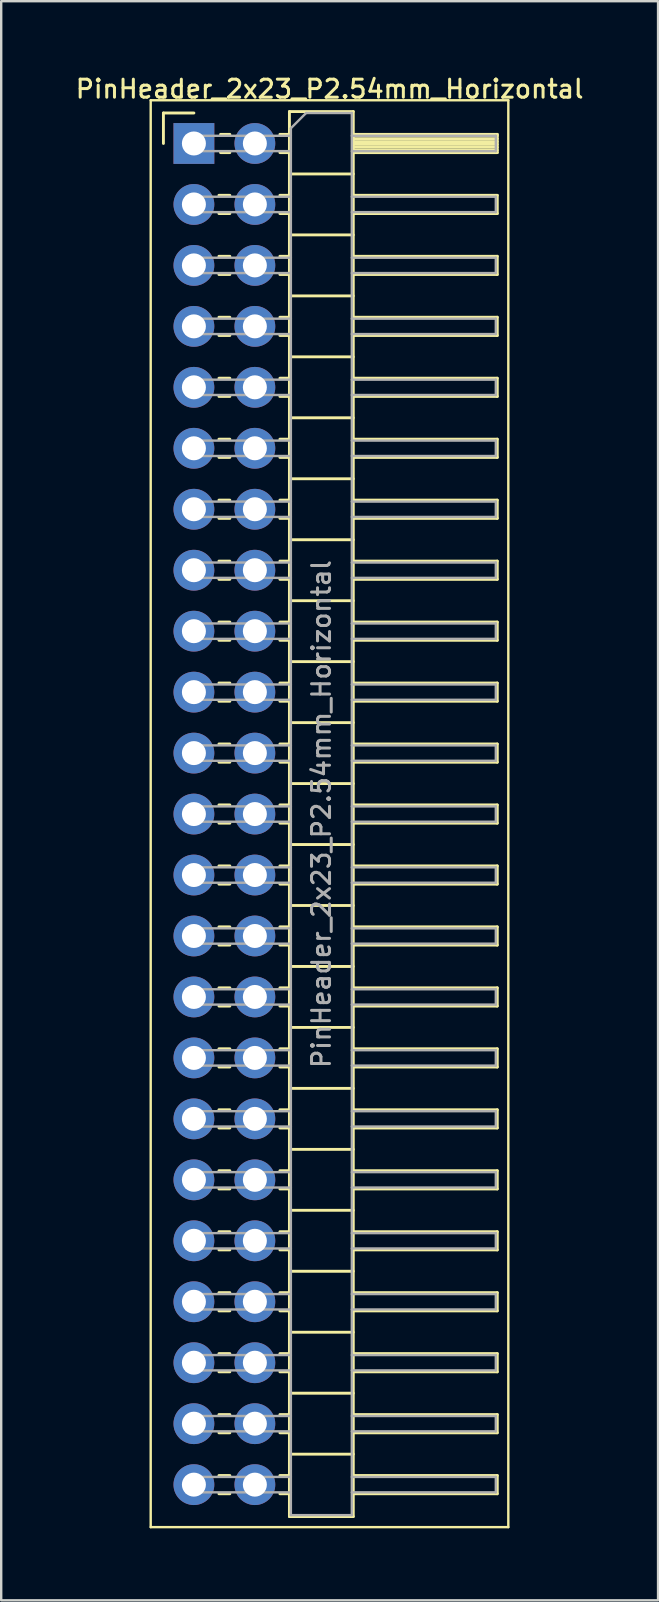
<source format=kicad_pcb>
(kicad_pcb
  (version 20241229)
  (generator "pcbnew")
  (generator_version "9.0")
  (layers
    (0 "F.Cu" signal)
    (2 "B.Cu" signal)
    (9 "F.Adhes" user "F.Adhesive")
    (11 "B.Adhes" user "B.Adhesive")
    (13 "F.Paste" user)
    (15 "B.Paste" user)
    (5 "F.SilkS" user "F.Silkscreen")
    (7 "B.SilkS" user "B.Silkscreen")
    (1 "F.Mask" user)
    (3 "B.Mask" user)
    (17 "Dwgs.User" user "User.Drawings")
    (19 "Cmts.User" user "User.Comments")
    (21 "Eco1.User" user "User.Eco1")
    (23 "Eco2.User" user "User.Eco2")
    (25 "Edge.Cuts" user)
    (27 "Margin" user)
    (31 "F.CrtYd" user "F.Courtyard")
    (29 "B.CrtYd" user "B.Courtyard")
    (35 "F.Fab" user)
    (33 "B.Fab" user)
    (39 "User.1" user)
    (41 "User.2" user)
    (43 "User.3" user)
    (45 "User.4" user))
  (footprint "PinHeader_2x23_P2.54mm_Horizontal"
    (layer "F.Cu")
    (at 5.029 2.928)
    (property "Reference" "PinHeader_2x23_P2.54mm_Horizontal" (at 5.655 -2.27 0) (layer "F.SilkS") (effects (font (size 0.75 0.75) (thickness 0.125))))
    (attr through_hole)
    (fp_line (start -1.8 -1.8) (end -1.8 57.65) (stroke (width 0.1) (type solid)) (layer "F.SilkS"))
    (fp_line (start -1.8 57.65) (end 13.1 57.65) (stroke (width 0.1) (type solid)) (layer "F.SilkS"))
    (fp_line (start -1.27 -1.27) (end 0 -1.27) (stroke (width 0.12) (type solid)) (layer "F.SilkS"))
    (fp_line (start -1.27 0) (end -1.27 -1.27) (stroke (width 0.12) (type solid)) (layer "F.SilkS"))
    (fp_line (start 1.043 2.16) (end 1.497 2.16) (stroke (width 0.12) (type solid)) (layer "F.SilkS"))
    (fp_line (start 1.043 2.92) (end 1.497 2.92) (stroke (width 0.12) (type solid)) (layer "F.SilkS"))
    (fp_line (start 1.043 4.7) (end 1.497 4.7) (stroke (width 0.12) (type solid)) (layer "F.SilkS"))
    (fp_line (start 1.043 5.46) (end 1.497 5.46) (stroke (width 0.12) (type solid)) (layer "F.SilkS"))
    (fp_line (start 1.043 7.24) (end 1.497 7.24) (stroke (width 0.12) (type solid)) (layer "F.SilkS"))
    (fp_line (start 1.043 8) (end 1.497 8) (stroke (width 0.12) (type solid)) (layer "F.SilkS"))
    (fp_line (start 1.043 9.78) (end 1.497 9.78) (stroke (width 0.12) (type solid)) (layer "F.SilkS"))
    (fp_line (start 1.043 10.54) (end 1.497 10.54) (stroke (width 0.12) (type solid)) (layer "F.SilkS"))
    (fp_line (start 1.043 12.32) (end 1.497 12.32) (stroke (width 0.12) (type solid)) (layer "F.SilkS"))
    (fp_line (start 1.043 13.08) (end 1.497 13.08) (stroke (width 0.12) (type solid)) (layer "F.SilkS"))
    (fp_line (start 1.043 14.86) (end 1.497 14.86) (stroke (width 0.12) (type solid)) (layer "F.SilkS"))
    (fp_line (start 1.043 15.62) (end 1.497 15.62) (stroke (width 0.12) (type solid)) (layer "F.SilkS"))
    (fp_line (start 1.043 17.4) (end 1.497 17.4) (stroke (width 0.12) (type solid)) (layer "F.SilkS"))
    (fp_line (start 1.043 18.16) (end 1.497 18.16) (stroke (width 0.12) (type solid)) (layer "F.SilkS"))
    (fp_line (start 1.043 19.94) (end 1.497 19.94) (stroke (width 0.12) (type solid)) (layer "F.SilkS"))
    (fp_line (start 1.043 20.7) (end 1.497 20.7) (stroke (width 0.12) (type solid)) (layer "F.SilkS"))
    (fp_line (start 1.043 22.48) (end 1.497 22.48) (stroke (width 0.12) (type solid)) (layer "F.SilkS"))
    (fp_line (start 1.043 23.24) (end 1.497 23.24) (stroke (width 0.12) (type solid)) (layer "F.SilkS"))
    (fp_line (start 1.043 25.02) (end 1.497 25.02) (stroke (width 0.12) (type solid)) (layer "F.SilkS"))
    (fp_line (start 1.043 25.78) (end 1.497 25.78) (stroke (width 0.12) (type solid)) (layer "F.SilkS"))
    (fp_line (start 1.043 27.56) (end 1.497 27.56) (stroke (width 0.12) (type solid)) (layer "F.SilkS"))
    (fp_line (start 1.043 28.32) (end 1.497 28.32) (stroke (width 0.12) (type solid)) (layer "F.SilkS"))
    (fp_line (start 1.043 30.1) (end 1.497 30.1) (stroke (width 0.12) (type solid)) (layer "F.SilkS"))
    (fp_line (start 1.043 30.86) (end 1.497 30.86) (stroke (width 0.12) (type solid)) (layer "F.SilkS"))
    (fp_line (start 1.043 32.64) (end 1.497 32.64) (stroke (width 0.12) (type solid)) (layer "F.SilkS"))
    (fp_line (start 1.043 33.4) (end 1.497 33.4) (stroke (width 0.12) (type solid)) (layer "F.SilkS"))
    (fp_line (start 1.043 35.18) (end 1.497 35.18) (stroke (width 0.12) (type solid)) (layer "F.SilkS"))
    (fp_line (start 1.043 35.94) (end 1.497 35.94) (stroke (width 0.12) (type solid)) (layer "F.SilkS"))
    (fp_line (start 1.043 37.72) (end 1.497 37.72) (stroke (width 0.12) (type solid)) (layer "F.SilkS"))
    (fp_line (start 1.043 38.48) (end 1.497 38.48) (stroke (width 0.12) (type solid)) (layer "F.SilkS"))
    (fp_line (start 1.043 40.26) (end 1.497 40.26) (stroke (width 0.12) (type solid)) (layer "F.SilkS"))
    (fp_line (start 1.043 41.02) (end 1.497 41.02) (stroke (width 0.12) (type solid)) (layer "F.SilkS"))
    (fp_line (start 1.043 42.8) (end 1.497 42.8) (stroke (width 0.12) (type solid)) (layer "F.SilkS"))
    (fp_line (start 1.043 43.56) (end 1.497 43.56) (stroke (width 0.12) (type solid)) (layer "F.SilkS"))
    (fp_line (start 1.043 45.34) (end 1.497 45.34) (stroke (width 0.12) (type solid)) (layer "F.SilkS"))
    (fp_line (start 1.043 46.1) (end 1.497 46.1) (stroke (width 0.12) (type solid)) (layer "F.SilkS"))
    (fp_line (start 1.043 47.88) (end 1.497 47.88) (stroke (width 0.12) (type solid)) (layer "F.SilkS"))
    (fp_line (start 1.043 48.64) (end 1.497 48.64) (stroke (width 0.12) (type solid)) (layer "F.SilkS"))
    (fp_line (start 1.043 50.42) (end 1.497 50.42) (stroke (width 0.12) (type solid)) (layer "F.SilkS"))
    (fp_line (start 1.043 51.18) (end 1.497 51.18) (stroke (width 0.12) (type solid)) (layer "F.SilkS"))
    (fp_line (start 1.043 52.96) (end 1.497 52.96) (stroke (width 0.12) (type solid)) (layer "F.SilkS"))
    (fp_line (start 1.043 53.72) (end 1.497 53.72) (stroke (width 0.12) (type solid)) (layer "F.SilkS"))
    (fp_line (start 1.043 55.5) (end 1.497 55.5) (stroke (width 0.12) (type solid)) (layer "F.SilkS"))
    (fp_line (start 1.043 56.26) (end 1.497 56.26) (stroke (width 0.12) (type solid)) (layer "F.SilkS"))
    (fp_line (start 1.11 -0.38) (end 1.497 -0.38) (stroke (width 0.12) (type solid)) (layer "F.SilkS"))
    (fp_line (start 1.11 0.38) (end 1.497 0.38) (stroke (width 0.12) (type solid)) (layer "F.SilkS"))
    (fp_line (start 3.583 -0.38) (end 3.98 -0.38) (stroke (width 0.12) (type solid)) (layer "F.SilkS"))
    (fp_line (start 3.583 0.38) (end 3.98 0.38) (stroke (width 0.12) (type solid)) (layer "F.SilkS"))
    (fp_line (start 3.583 2.16) (end 3.98 2.16) (stroke (width 0.12) (type solid)) (layer "F.SilkS"))
    (fp_line (start 3.583 2.92) (end 3.98 2.92) (stroke (width 0.12) (type solid)) (layer "F.SilkS"))
    (fp_line (start 3.583 4.7) (end 3.98 4.7) (stroke (width 0.12) (type solid)) (layer "F.SilkS"))
    (fp_line (start 3.583 5.46) (end 3.98 5.46) (stroke (width 0.12) (type solid)) (layer "F.SilkS"))
    (fp_line (start 3.583 7.24) (end 3.98 7.24) (stroke (width 0.12) (type solid)) (layer "F.SilkS"))
    (fp_line (start 3.583 8) (end 3.98 8) (stroke (width 0.12) (type solid)) (layer "F.SilkS"))
    (fp_line (start 3.583 9.78) (end 3.98 9.78) (stroke (width 0.12) (type solid)) (layer "F.SilkS"))
    (fp_line (start 3.583 10.54) (end 3.98 10.54) (stroke (width 0.12) (type solid)) (layer "F.SilkS"))
    (fp_line (start 3.583 12.32) (end 3.98 12.32) (stroke (width 0.12) (type solid)) (layer "F.SilkS"))
    (fp_line (start 3.583 13.08) (end 3.98 13.08) (stroke (width 0.12) (type solid)) (layer "F.SilkS"))
    (fp_line (start 3.583 14.86) (end 3.98 14.86) (stroke (width 0.12) (type solid)) (layer "F.SilkS"))
    (fp_line (start 3.583 15.62) (end 3.98 15.62) (stroke (width 0.12) (type solid)) (layer "F.SilkS"))
    (fp_line (start 3.583 17.4) (end 3.98 17.4) (stroke (width 0.12) (type solid)) (layer "F.SilkS"))
    (fp_line (start 3.583 18.16) (end 3.98 18.16) (stroke (width 0.12) (type solid)) (layer "F.SilkS"))
    (fp_line (start 3.583 19.94) (end 3.98 19.94) (stroke (width 0.12) (type solid)) (layer "F.SilkS"))
    (fp_line (start 3.583 20.7) (end 3.98 20.7) (stroke (width 0.12) (type solid)) (layer "F.SilkS"))
    (fp_line (start 3.583 22.48) (end 3.98 22.48) (stroke (width 0.12) (type solid)) (layer "F.SilkS"))
    (fp_line (start 3.583 23.24) (end 3.98 23.24) (stroke (width 0.12) (type solid)) (layer "F.SilkS"))
    (fp_line (start 3.583 25.02) (end 3.98 25.02) (stroke (width 0.12) (type solid)) (layer "F.SilkS"))
    (fp_line (start 3.583 25.78) (end 3.98 25.78) (stroke (width 0.12) (type solid)) (layer "F.SilkS"))
    (fp_line (start 3.583 27.56) (end 3.98 27.56) (stroke (width 0.12) (type solid)) (layer "F.SilkS"))
    (fp_line (start 3.583 28.32) (end 3.98 28.32) (stroke (width 0.12) (type solid)) (layer "F.SilkS"))
    (fp_line (start 3.583 30.1) (end 3.98 30.1) (stroke (width 0.12) (type solid)) (layer "F.SilkS"))
    (fp_line (start 3.583 30.86) (end 3.98 30.86) (stroke (width 0.12) (type solid)) (layer "F.SilkS"))
    (fp_line (start 3.583 32.64) (end 3.98 32.64) (stroke (width 0.12) (type solid)) (layer "F.SilkS"))
    (fp_line (start 3.583 33.4) (end 3.98 33.4) (stroke (width 0.12) (type solid)) (layer "F.SilkS"))
    (fp_line (start 3.583 35.18) (end 3.98 35.18) (stroke (width 0.12) (type solid)) (layer "F.SilkS"))
    (fp_line (start 3.583 35.94) (end 3.98 35.94) (stroke (width 0.12) (type solid)) (layer "F.SilkS"))
    (fp_line (start 3.583 37.72) (end 3.98 37.72) (stroke (width 0.12) (type solid)) (layer "F.SilkS"))
    (fp_line (start 3.583 38.48) (end 3.98 38.48) (stroke (width 0.12) (type solid)) (layer "F.SilkS"))
    (fp_line (start 3.583 40.26) (end 3.98 40.26) (stroke (width 0.12) (type solid)) (layer "F.SilkS"))
    (fp_line (start 3.583 41.02) (end 3.98 41.02) (stroke (width 0.12) (type solid)) (layer "F.SilkS"))
    (fp_line (start 3.583 42.8) (end 3.98 42.8) (stroke (width 0.12) (type solid)) (layer "F.SilkS"))
    (fp_line (start 3.583 43.56) (end 3.98 43.56) (stroke (width 0.12) (type solid)) (layer "F.SilkS"))
    (fp_line (start 3.583 45.34) (end 3.98 45.34) (stroke (width 0.12) (type solid)) (layer "F.SilkS"))
    (fp_line (start 3.583 46.1) (end 3.98 46.1) (stroke (width 0.12) (type solid)) (layer "F.SilkS"))
    (fp_line (start 3.583 47.88) (end 3.98 47.88) (stroke (width 0.12) (type solid)) (layer "F.SilkS"))
    (fp_line (start 3.583 48.64) (end 3.98 48.64) (stroke (width 0.12) (type solid)) (layer "F.SilkS"))
    (fp_line (start 3.583 50.42) (end 3.98 50.42) (stroke (width 0.12) (type solid)) (layer "F.SilkS"))
    (fp_line (start 3.583 51.18) (end 3.98 51.18) (stroke (width 0.12) (type solid)) (layer "F.SilkS"))
    (fp_line (start 3.583 52.96) (end 3.98 52.96) (stroke (width 0.12) (type solid)) (layer "F.SilkS"))
    (fp_line (start 3.583 53.72) (end 3.98 53.72) (stroke (width 0.12) (type solid)) (layer "F.SilkS"))
    (fp_line (start 3.583 55.5) (end 3.98 55.5) (stroke (width 0.12) (type solid)) (layer "F.SilkS"))
    (fp_line (start 3.583 56.26) (end 3.98 56.26) (stroke (width 0.12) (type solid)) (layer "F.SilkS"))
    (fp_line (start 3.98 -1.33) (end 3.98 57.21) (stroke (width 0.12) (type solid)) (layer "F.SilkS"))
    (fp_line (start 3.98 1.27) (end 6.64 1.27) (stroke (width 0.12) (type solid)) (layer "F.SilkS"))
    (fp_line (start 3.98 3.81) (end 6.64 3.81) (stroke (width 0.12) (type solid)) (layer "F.SilkS"))
    (fp_line (start 3.98 6.35) (end 6.64 6.35) (stroke (width 0.12) (type solid)) (layer "F.SilkS"))
    (fp_line (start 3.98 8.89) (end 6.64 8.89) (stroke (width 0.12) (type solid)) (layer "F.SilkS"))
    (fp_line (start 3.98 11.43) (end 6.64 11.43) (stroke (width 0.12) (type solid)) (layer "F.SilkS"))
    (fp_line (start 3.98 13.97) (end 6.64 13.97) (stroke (width 0.12) (type solid)) (layer "F.SilkS"))
    (fp_line (start 3.98 16.51) (end 6.64 16.51) (stroke (width 0.12) (type solid)) (layer "F.SilkS"))
    (fp_line (start 3.98 19.05) (end 6.64 19.05) (stroke (width 0.12) (type solid)) (layer "F.SilkS"))
    (fp_line (start 3.98 21.59) (end 6.64 21.59) (stroke (width 0.12) (type solid)) (layer "F.SilkS"))
    (fp_line (start 3.98 24.13) (end 6.64 24.13) (stroke (width 0.12) (type solid)) (layer "F.SilkS"))
    (fp_line (start 3.98 26.67) (end 6.64 26.67) (stroke (width 0.12) (type solid)) (layer "F.SilkS"))
    (fp_line (start 3.98 29.21) (end 6.64 29.21) (stroke (width 0.12) (type solid)) (layer "F.SilkS"))
    (fp_line (start 3.98 31.75) (end 6.64 31.75) (stroke (width 0.12) (type solid)) (layer "F.SilkS"))
    (fp_line (start 3.98 34.29) (end 6.64 34.29) (stroke (width 0.12) (type solid)) (layer "F.SilkS"))
    (fp_line (start 3.98 36.83) (end 6.64 36.83) (stroke (width 0.12) (type solid)) (layer "F.SilkS"))
    (fp_line (start 3.98 39.37) (end 6.64 39.37) (stroke (width 0.12) (type solid)) (layer "F.SilkS"))
    (fp_line (start 3.98 41.91) (end 6.64 41.91) (stroke (width 0.12) (type solid)) (layer "F.SilkS"))
    (fp_line (start 3.98 44.45) (end 6.64 44.45) (stroke (width 0.12) (type solid)) (layer "F.SilkS"))
    (fp_line (start 3.98 46.99) (end 6.64 46.99) (stroke (width 0.12) (type solid)) (layer "F.SilkS"))
    (fp_line (start 3.98 49.53) (end 6.64 49.53) (stroke (width 0.12) (type solid)) (layer "F.SilkS"))
    (fp_line (start 3.98 52.07) (end 6.64 52.07) (stroke (width 0.12) (type solid)) (layer "F.SilkS"))
    (fp_line (start 3.98 54.61) (end 6.64 54.61) (stroke (width 0.12) (type solid)) (layer "F.SilkS"))
    (fp_line (start 3.98 57.21) (end 6.64 57.21) (stroke (width 0.12) (type solid)) (layer "F.SilkS"))
    (fp_line (start 6.64 -1.33) (end 3.98 -1.33) (stroke (width 0.12) (type solid)) (layer "F.SilkS"))
    (fp_line (start 6.64 -0.38) (end 12.64 -0.38) (stroke (width 0.12) (type solid)) (layer "F.SilkS"))
    (fp_line (start 6.64 -0.32) (end 12.64 -0.32) (stroke (width 0.12) (type solid)) (layer "F.SilkS"))
    (fp_line (start 6.64 -0.2) (end 12.64 -0.2) (stroke (width 0.12) (type solid)) (layer "F.SilkS"))
    (fp_line (start 6.64 -0.08) (end 12.64 -0.08) (stroke (width 0.12) (type solid)) (layer "F.SilkS"))
    (fp_line (start 6.64 0.04) (end 12.64 0.04) (stroke (width 0.12) (type solid)) (layer "F.SilkS"))
    (fp_line (start 6.64 0.16) (end 12.64 0.16) (stroke (width 0.12) (type solid)) (layer "F.SilkS"))
    (fp_line (start 6.64 0.28) (end 12.64 0.28) (stroke (width 0.12) (type solid)) (layer "F.SilkS"))
    (fp_line (start 6.64 2.16) (end 12.64 2.16) (stroke (width 0.12) (type solid)) (layer "F.SilkS"))
    (fp_line (start 6.64 4.7) (end 12.64 4.7) (stroke (width 0.12) (type solid)) (layer "F.SilkS"))
    (fp_line (start 6.64 7.24) (end 12.64 7.24) (stroke (width 0.12) (type solid)) (layer "F.SilkS"))
    (fp_line (start 6.64 9.78) (end 12.64 9.78) (stroke (width 0.12) (type solid)) (layer "F.SilkS"))
    (fp_line (start 6.64 12.32) (end 12.64 12.32) (stroke (width 0.12) (type solid)) (layer "F.SilkS"))
    (fp_line (start 6.64 14.86) (end 12.64 14.86) (stroke (width 0.12) (type solid)) (layer "F.SilkS"))
    (fp_line (start 6.64 17.4) (end 12.64 17.4) (stroke (width 0.12) (type solid)) (layer "F.SilkS"))
    (fp_line (start 6.64 19.94) (end 12.64 19.94) (stroke (width 0.12) (type solid)) (layer "F.SilkS"))
    (fp_line (start 6.64 22.48) (end 12.64 22.48) (stroke (width 0.12) (type solid)) (layer "F.SilkS"))
    (fp_line (start 6.64 25.02) (end 12.64 25.02) (stroke (width 0.12) (type solid)) (layer "F.SilkS"))
    (fp_line (start 6.64 27.56) (end 12.64 27.56) (stroke (width 0.12) (type solid)) (layer "F.SilkS"))
    (fp_line (start 6.64 30.1) (end 12.64 30.1) (stroke (width 0.12) (type solid)) (layer "F.SilkS"))
    (fp_line (start 6.64 32.64) (end 12.64 32.64) (stroke (width 0.12) (type solid)) (layer "F.SilkS"))
    (fp_line (start 6.64 35.18) (end 12.64 35.18) (stroke (width 0.12) (type solid)) (layer "F.SilkS"))
    (fp_line (start 6.64 37.72) (end 12.64 37.72) (stroke (width 0.12) (type solid)) (layer "F.SilkS"))
    (fp_line (start 6.64 40.26) (end 12.64 40.26) (stroke (width 0.12) (type solid)) (layer "F.SilkS"))
    (fp_line (start 6.64 42.8) (end 12.64 42.8) (stroke (width 0.12) (type solid)) (layer "F.SilkS"))
    (fp_line (start 6.64 45.34) (end 12.64 45.34) (stroke (width 0.12) (type solid)) (layer "F.SilkS"))
    (fp_line (start 6.64 47.88) (end 12.64 47.88) (stroke (width 0.12) (type solid)) (layer "F.SilkS"))
    (fp_line (start 6.64 50.42) (end 12.64 50.42) (stroke (width 0.12) (type solid)) (layer "F.SilkS"))
    (fp_line (start 6.64 52.96) (end 12.64 52.96) (stroke (width 0.12) (type solid)) (layer "F.SilkS"))
    (fp_line (start 6.64 55.5) (end 12.64 55.5) (stroke (width 0.12) (type solid)) (layer "F.SilkS"))
    (fp_line (start 6.64 57.21) (end 6.64 -1.33) (stroke (width 0.12) (type solid)) (layer "F.SilkS"))
    (fp_line (start 12.64 -0.38) (end 12.64 0.38) (stroke (width 0.12) (type solid)) (layer "F.SilkS"))
    (fp_line (start 12.64 0.38) (end 6.64 0.38) (stroke (width 0.12) (type solid)) (layer "F.SilkS"))
    (fp_line (start 12.64 2.16) (end 12.64 2.92) (stroke (width 0.12) (type solid)) (layer "F.SilkS"))
    (fp_line (start 12.64 2.92) (end 6.64 2.92) (stroke (width 0.12) (type solid)) (layer "F.SilkS"))
    (fp_line (start 12.64 4.7) (end 12.64 5.46) (stroke (width 0.12) (type solid)) (layer "F.SilkS"))
    (fp_line (start 12.64 5.46) (end 6.64 5.46) (stroke (width 0.12) (type solid)) (layer "F.SilkS"))
    (fp_line (start 12.64 7.24) (end 12.64 8) (stroke (width 0.12) (type solid)) (layer "F.SilkS"))
    (fp_line (start 12.64 8) (end 6.64 8) (stroke (width 0.12) (type solid)) (layer "F.SilkS"))
    (fp_line (start 12.64 9.78) (end 12.64 10.54) (stroke (width 0.12) (type solid)) (layer "F.SilkS"))
    (fp_line (start 12.64 10.54) (end 6.64 10.54) (stroke (width 0.12) (type solid)) (layer "F.SilkS"))
    (fp_line (start 12.64 12.32) (end 12.64 13.08) (stroke (width 0.12) (type solid)) (layer "F.SilkS"))
    (fp_line (start 12.64 13.08) (end 6.64 13.08) (stroke (width 0.12) (type solid)) (layer "F.SilkS"))
    (fp_line (start 12.64 14.86) (end 12.64 15.62) (stroke (width 0.12) (type solid)) (layer "F.SilkS"))
    (fp_line (start 12.64 15.62) (end 6.64 15.62) (stroke (width 0.12) (type solid)) (layer "F.SilkS"))
    (fp_line (start 12.64 17.4) (end 12.64 18.16) (stroke (width 0.12) (type solid)) (layer "F.SilkS"))
    (fp_line (start 12.64 18.16) (end 6.64 18.16) (stroke (width 0.12) (type solid)) (layer "F.SilkS"))
    (fp_line (start 12.64 19.94) (end 12.64 20.7) (stroke (width 0.12) (type solid)) (layer "F.SilkS"))
    (fp_line (start 12.64 20.7) (end 6.64 20.7) (stroke (width 0.12) (type solid)) (layer "F.SilkS"))
    (fp_line (start 12.64 22.48) (end 12.64 23.24) (stroke (width 0.12) (type solid)) (layer "F.SilkS"))
    (fp_line (start 12.64 23.24) (end 6.64 23.24) (stroke (width 0.12) (type solid)) (layer "F.SilkS"))
    (fp_line (start 12.64 25.02) (end 12.64 25.78) (stroke (width 0.12) (type solid)) (layer "F.SilkS"))
    (fp_line (start 12.64 25.78) (end 6.64 25.78) (stroke (width 0.12) (type solid)) (layer "F.SilkS"))
    (fp_line (start 12.64 27.56) (end 12.64 28.32) (stroke (width 0.12) (type solid)) (layer "F.SilkS"))
    (fp_line (start 12.64 28.32) (end 6.64 28.32) (stroke (width 0.12) (type solid)) (layer "F.SilkS"))
    (fp_line (start 12.64 30.1) (end 12.64 30.86) (stroke (width 0.12) (type solid)) (layer "F.SilkS"))
    (fp_line (start 12.64 30.86) (end 6.64 30.86) (stroke (width 0.12) (type solid)) (layer "F.SilkS"))
    (fp_line (start 12.64 32.64) (end 12.64 33.4) (stroke (width 0.12) (type solid)) (layer "F.SilkS"))
    (fp_line (start 12.64 33.4) (end 6.64 33.4) (stroke (width 0.12) (type solid)) (layer "F.SilkS"))
    (fp_line (start 12.64 35.18) (end 12.64 35.94) (stroke (width 0.12) (type solid)) (layer "F.SilkS"))
    (fp_line (start 12.64 35.94) (end 6.64 35.94) (stroke (width 0.12) (type solid)) (layer "F.SilkS"))
    (fp_line (start 12.64 37.72) (end 12.64 38.48) (stroke (width 0.12) (type solid)) (layer "F.SilkS"))
    (fp_line (start 12.64 38.48) (end 6.64 38.48) (stroke (width 0.12) (type solid)) (layer "F.SilkS"))
    (fp_line (start 12.64 40.26) (end 12.64 41.02) (stroke (width 0.12) (type solid)) (layer "F.SilkS"))
    (fp_line (start 12.64 41.02) (end 6.64 41.02) (stroke (width 0.12) (type solid)) (layer "F.SilkS"))
    (fp_line (start 12.64 42.8) (end 12.64 43.56) (stroke (width 0.12) (type solid)) (layer "F.SilkS"))
    (fp_line (start 12.64 43.56) (end 6.64 43.56) (stroke (width 0.12) (type solid)) (layer "F.SilkS"))
    (fp_line (start 12.64 45.34) (end 12.64 46.1) (stroke (width 0.12) (type solid)) (layer "F.SilkS"))
    (fp_line (start 12.64 46.1) (end 6.64 46.1) (stroke (width 0.12) (type solid)) (layer "F.SilkS"))
    (fp_line (start 12.64 47.88) (end 12.64 48.64) (stroke (width 0.12) (type solid)) (layer "F.SilkS"))
    (fp_line (start 12.64 48.64) (end 6.64 48.64) (stroke (width 0.12) (type solid)) (layer "F.SilkS"))
    (fp_line (start 12.64 50.42) (end 12.64 51.18) (stroke (width 0.12) (type solid)) (layer "F.SilkS"))
    (fp_line (start 12.64 51.18) (end 6.64 51.18) (stroke (width 0.12) (type solid)) (layer "F.SilkS"))
    (fp_line (start 12.64 52.96) (end 12.64 53.72) (stroke (width 0.12) (type solid)) (layer "F.SilkS"))
    (fp_line (start 12.64 53.72) (end 6.64 53.72) (stroke (width 0.12) (type solid)) (layer "F.SilkS"))
    (fp_line (start 12.64 55.5) (end 12.64 56.26) (stroke (width 0.12) (type solid)) (layer "F.SilkS"))
    (fp_line (start 12.64 56.26) (end 6.64 56.26) (stroke (width 0.12) (type solid)) (layer "F.SilkS"))
    (fp_line (start 13.1 -1.8) (end -1.8 -1.8) (stroke (width 0.1) (type solid)) (layer "F.SilkS"))
    (fp_line (start 13.1 57.65) (end 13.1 -1.8) (stroke (width 0.1) (type solid)) (layer "F.SilkS"))
    (fp_line (start -0.32 -0.32) (end -0.32 0.32) (stroke (width 0.1) (type solid)) (layer "F.Fab"))
    (fp_line (start -0.32 -0.32) (end 4.04 -0.32) (stroke (width 0.1) (type solid)) (layer "F.Fab"))
    (fp_line (start -0.32 0.32) (end 4.04 0.32) (stroke (width 0.1) (type solid)) (layer "F.Fab"))
    (fp_line (start -0.32 2.22) (end -0.32 2.86) (stroke (width 0.1) (type solid)) (layer "F.Fab"))
    (fp_line (start -0.32 2.22) (end 4.04 2.22) (stroke (width 0.1) (type solid)) (layer "F.Fab"))
    (fp_line (start -0.32 2.86) (end 4.04 2.86) (stroke (width 0.1) (type solid)) (layer "F.Fab"))
    (fp_line (start -0.32 4.76) (end -0.32 5.4) (stroke (width 0.1) (type solid)) (layer "F.Fab"))
    (fp_line (start -0.32 4.76) (end 4.04 4.76) (stroke (width 0.1) (type solid)) (layer "F.Fab"))
    (fp_line (start -0.32 5.4) (end 4.04 5.4) (stroke (width 0.1) (type solid)) (layer "F.Fab"))
    (fp_line (start -0.32 7.3) (end -0.32 7.94) (stroke (width 0.1) (type solid)) (layer "F.Fab"))
    (fp_line (start -0.32 7.3) (end 4.04 7.3) (stroke (width 0.1) (type solid)) (layer "F.Fab"))
    (fp_line (start -0.32 7.94) (end 4.04 7.94) (stroke (width 0.1) (type solid)) (layer "F.Fab"))
    (fp_line (start -0.32 9.84) (end -0.32 10.48) (stroke (width 0.1) (type solid)) (layer "F.Fab"))
    (fp_line (start -0.32 9.84) (end 4.04 9.84) (stroke (width 0.1) (type solid)) (layer "F.Fab"))
    (fp_line (start -0.32 10.48) (end 4.04 10.48) (stroke (width 0.1) (type solid)) (layer "F.Fab"))
    (fp_line (start -0.32 12.38) (end -0.32 13.02) (stroke (width 0.1) (type solid)) (layer "F.Fab"))
    (fp_line (start -0.32 12.38) (end 4.04 12.38) (stroke (width 0.1) (type solid)) (layer "F.Fab"))
    (fp_line (start -0.32 13.02) (end 4.04 13.02) (stroke (width 0.1) (type solid)) (layer "F.Fab"))
    (fp_line (start -0.32 14.92) (end -0.32 15.56) (stroke (width 0.1) (type solid)) (layer "F.Fab"))
    (fp_line (start -0.32 14.92) (end 4.04 14.92) (stroke (width 0.1) (type solid)) (layer "F.Fab"))
    (fp_line (start -0.32 15.56) (end 4.04 15.56) (stroke (width 0.1) (type solid)) (layer "F.Fab"))
    (fp_line (start -0.32 17.46) (end -0.32 18.1) (stroke (width 0.1) (type solid)) (layer "F.Fab"))
    (fp_line (start -0.32 17.46) (end 4.04 17.46) (stroke (width 0.1) (type solid)) (layer "F.Fab"))
    (fp_line (start -0.32 18.1) (end 4.04 18.1) (stroke (width 0.1) (type solid)) (layer "F.Fab"))
    (fp_line (start -0.32 20) (end -0.32 20.64) (stroke (width 0.1) (type solid)) (layer "F.Fab"))
    (fp_line (start -0.32 20) (end 4.04 20) (stroke (width 0.1) (type solid)) (layer "F.Fab"))
    (fp_line (start -0.32 20.64) (end 4.04 20.64) (stroke (width 0.1) (type solid)) (layer "F.Fab"))
    (fp_line (start -0.32 22.54) (end -0.32 23.18) (stroke (width 0.1) (type solid)) (layer "F.Fab"))
    (fp_line (start -0.32 22.54) (end 4.04 22.54) (stroke (width 0.1) (type solid)) (layer "F.Fab"))
    (fp_line (start -0.32 23.18) (end 4.04 23.18) (stroke (width 0.1) (type solid)) (layer "F.Fab"))
    (fp_line (start -0.32 25.08) (end -0.32 25.72) (stroke (width 0.1) (type solid)) (layer "F.Fab"))
    (fp_line (start -0.32 25.08) (end 4.04 25.08) (stroke (width 0.1) (type solid)) (layer "F.Fab"))
    (fp_line (start -0.32 25.72) (end 4.04 25.72) (stroke (width 0.1) (type solid)) (layer "F.Fab"))
    (fp_line (start -0.32 27.62) (end -0.32 28.26) (stroke (width 0.1) (type solid)) (layer "F.Fab"))
    (fp_line (start -0.32 27.62) (end 4.04 27.62) (stroke (width 0.1) (type solid)) (layer "F.Fab"))
    (fp_line (start -0.32 28.26) (end 4.04 28.26) (stroke (width 0.1) (type solid)) (layer "F.Fab"))
    (fp_line (start -0.32 30.16) (end -0.32 30.8) (stroke (width 0.1) (type solid)) (layer "F.Fab"))
    (fp_line (start -0.32 30.16) (end 4.04 30.16) (stroke (width 0.1) (type solid)) (layer "F.Fab"))
    (fp_line (start -0.32 30.8) (end 4.04 30.8) (stroke (width 0.1) (type solid)) (layer "F.Fab"))
    (fp_line (start -0.32 32.7) (end -0.32 33.34) (stroke (width 0.1) (type solid)) (layer "F.Fab"))
    (fp_line (start -0.32 32.7) (end 4.04 32.7) (stroke (width 0.1) (type solid)) (layer "F.Fab"))
    (fp_line (start -0.32 33.34) (end 4.04 33.34) (stroke (width 0.1) (type solid)) (layer "F.Fab"))
    (fp_line (start -0.32 35.24) (end -0.32 35.88) (stroke (width 0.1) (type solid)) (layer "F.Fab"))
    (fp_line (start -0.32 35.24) (end 4.04 35.24) (stroke (width 0.1) (type solid)) (layer "F.Fab"))
    (fp_line (start -0.32 35.88) (end 4.04 35.88) (stroke (width 0.1) (type solid)) (layer "F.Fab"))
    (fp_line (start -0.32 37.78) (end -0.32 38.42) (stroke (width 0.1) (type solid)) (layer "F.Fab"))
    (fp_line (start -0.32 37.78) (end 4.04 37.78) (stroke (width 0.1) (type solid)) (layer "F.Fab"))
    (fp_line (start -0.32 38.42) (end 4.04 38.42) (stroke (width 0.1) (type solid)) (layer "F.Fab"))
    (fp_line (start -0.32 40.32) (end -0.32 40.96) (stroke (width 0.1) (type solid)) (layer "F.Fab"))
    (fp_line (start -0.32 40.32) (end 4.04 40.32) (stroke (width 0.1) (type solid)) (layer "F.Fab"))
    (fp_line (start -0.32 40.96) (end 4.04 40.96) (stroke (width 0.1) (type solid)) (layer "F.Fab"))
    (fp_line (start -0.32 42.86) (end -0.32 43.5) (stroke (width 0.1) (type solid)) (layer "F.Fab"))
    (fp_line (start -0.32 42.86) (end 4.04 42.86) (stroke (width 0.1) (type solid)) (layer "F.Fab"))
    (fp_line (start -0.32 43.5) (end 4.04 43.5) (stroke (width 0.1) (type solid)) (layer "F.Fab"))
    (fp_line (start -0.32 45.4) (end -0.32 46.04) (stroke (width 0.1) (type solid)) (layer "F.Fab"))
    (fp_line (start -0.32 45.4) (end 4.04 45.4) (stroke (width 0.1) (type solid)) (layer "F.Fab"))
    (fp_line (start -0.32 46.04) (end 4.04 46.04) (stroke (width 0.1) (type solid)) (layer "F.Fab"))
    (fp_line (start -0.32 47.94) (end -0.32 48.58) (stroke (width 0.1) (type solid)) (layer "F.Fab"))
    (fp_line (start -0.32 47.94) (end 4.04 47.94) (stroke (width 0.1) (type solid)) (layer "F.Fab"))
    (fp_line (start -0.32 48.58) (end 4.04 48.58) (stroke (width 0.1) (type solid)) (layer "F.Fab"))
    (fp_line (start -0.32 50.48) (end -0.32 51.12) (stroke (width 0.1) (type solid)) (layer "F.Fab"))
    (fp_line (start -0.32 50.48) (end 4.04 50.48) (stroke (width 0.1) (type solid)) (layer "F.Fab"))
    (fp_line (start -0.32 51.12) (end 4.04 51.12) (stroke (width 0.1) (type solid)) (layer "F.Fab"))
    (fp_line (start -0.32 53.02) (end -0.32 53.66) (stroke (width 0.1) (type solid)) (layer "F.Fab"))
    (fp_line (start -0.32 53.02) (end 4.04 53.02) (stroke (width 0.1) (type solid)) (layer "F.Fab"))
    (fp_line (start -0.32 53.66) (end 4.04 53.66) (stroke (width 0.1) (type solid)) (layer "F.Fab"))
    (fp_line (start -0.32 55.56) (end -0.32 56.2) (stroke (width 0.1) (type solid)) (layer "F.Fab"))
    (fp_line (start -0.32 55.56) (end 4.04 55.56) (stroke (width 0.1) (type solid)) (layer "F.Fab"))
    (fp_line (start -0.32 56.2) (end 4.04 56.2) (stroke (width 0.1) (type solid)) (layer "F.Fab"))
    (fp_line (start 4.04 -0.635) (end 4.675 -1.27) (stroke (width 0.1) (type solid)) (layer "F.Fab"))
    (fp_line (start 4.04 57.15) (end 4.04 -0.635) (stroke (width 0.1) (type solid)) (layer "F.Fab"))
    (fp_line (start 4.675 -1.27) (end 6.58 -1.27) (stroke (width 0.1) (type solid)) (layer "F.Fab"))
    (fp_line (start 6.58 -1.27) (end 6.58 57.15) (stroke (width 0.1) (type solid)) (layer "F.Fab"))
    (fp_line (start 6.58 -0.32) (end 12.58 -0.32) (stroke (width 0.1) (type solid)) (layer "F.Fab"))
    (fp_line (start 6.58 0.32) (end 12.58 0.32) (stroke (width 0.1) (type solid)) (layer "F.Fab"))
    (fp_line (start 6.58 2.22) (end 12.58 2.22) (stroke (width 0.1) (type solid)) (layer "F.Fab"))
    (fp_line (start 6.58 2.86) (end 12.58 2.86) (stroke (width 0.1) (type solid)) (layer "F.Fab"))
    (fp_line (start 6.58 4.76) (end 12.58 4.76) (stroke (width 0.1) (type solid)) (layer "F.Fab"))
    (fp_line (start 6.58 5.4) (end 12.58 5.4) (stroke (width 0.1) (type solid)) (layer "F.Fab"))
    (fp_line (start 6.58 7.3) (end 12.58 7.3) (stroke (width 0.1) (type solid)) (layer "F.Fab"))
    (fp_line (start 6.58 7.94) (end 12.58 7.94) (stroke (width 0.1) (type solid)) (layer "F.Fab"))
    (fp_line (start 6.58 9.84) (end 12.58 9.84) (stroke (width 0.1) (type solid)) (layer "F.Fab"))
    (fp_line (start 6.58 10.48) (end 12.58 10.48) (stroke (width 0.1) (type solid)) (layer "F.Fab"))
    (fp_line (start 6.58 12.38) (end 12.58 12.38) (stroke (width 0.1) (type solid)) (layer "F.Fab"))
    (fp_line (start 6.58 13.02) (end 12.58 13.02) (stroke (width 0.1) (type solid)) (layer "F.Fab"))
    (fp_line (start 6.58 14.92) (end 12.58 14.92) (stroke (width 0.1) (type solid)) (layer "F.Fab"))
    (fp_line (start 6.58 15.56) (end 12.58 15.56) (stroke (width 0.1) (type solid)) (layer "F.Fab"))
    (fp_line (start 6.58 17.46) (end 12.58 17.46) (stroke (width 0.1) (type solid)) (layer "F.Fab"))
    (fp_line (start 6.58 18.1) (end 12.58 18.1) (stroke (width 0.1) (type solid)) (layer "F.Fab"))
    (fp_line (start 6.58 20) (end 12.58 20) (stroke (width 0.1) (type solid)) (layer "F.Fab"))
    (fp_line (start 6.58 20.64) (end 12.58 20.64) (stroke (width 0.1) (type solid)) (layer "F.Fab"))
    (fp_line (start 6.58 22.54) (end 12.58 22.54) (stroke (width 0.1) (type solid)) (layer "F.Fab"))
    (fp_line (start 6.58 23.18) (end 12.58 23.18) (stroke (width 0.1) (type solid)) (layer "F.Fab"))
    (fp_line (start 6.58 25.08) (end 12.58 25.08) (stroke (width 0.1) (type solid)) (layer "F.Fab"))
    (fp_line (start 6.58 25.72) (end 12.58 25.72) (stroke (width 0.1) (type solid)) (layer "F.Fab"))
    (fp_line (start 6.58 27.62) (end 12.58 27.62) (stroke (width 0.1) (type solid)) (layer "F.Fab"))
    (fp_line (start 6.58 28.26) (end 12.58 28.26) (stroke (width 0.1) (type solid)) (layer "F.Fab"))
    (fp_line (start 6.58 30.16) (end 12.58 30.16) (stroke (width 0.1) (type solid)) (layer "F.Fab"))
    (fp_line (start 6.58 30.8) (end 12.58 30.8) (stroke (width 0.1) (type solid)) (layer "F.Fab"))
    (fp_line (start 6.58 32.7) (end 12.58 32.7) (stroke (width 0.1) (type solid)) (layer "F.Fab"))
    (fp_line (start 6.58 33.34) (end 12.58 33.34) (stroke (width 0.1) (type solid)) (layer "F.Fab"))
    (fp_line (start 6.58 35.24) (end 12.58 35.24) (stroke (width 0.1) (type solid)) (layer "F.Fab"))
    (fp_line (start 6.58 35.88) (end 12.58 35.88) (stroke (width 0.1) (type solid)) (layer "F.Fab"))
    (fp_line (start 6.58 37.78) (end 12.58 37.78) (stroke (width 0.1) (type solid)) (layer "F.Fab"))
    (fp_line (start 6.58 38.42) (end 12.58 38.42) (stroke (width 0.1) (type solid)) (layer "F.Fab"))
    (fp_line (start 6.58 40.32) (end 12.58 40.32) (stroke (width 0.1) (type solid)) (layer "F.Fab"))
    (fp_line (start 6.58 40.96) (end 12.58 40.96) (stroke (width 0.1) (type solid)) (layer "F.Fab"))
    (fp_line (start 6.58 42.86) (end 12.58 42.86) (stroke (width 0.1) (type solid)) (layer "F.Fab"))
    (fp_line (start 6.58 43.5) (end 12.58 43.5) (stroke (width 0.1) (type solid)) (layer "F.Fab"))
    (fp_line (start 6.58 45.4) (end 12.58 45.4) (stroke (width 0.1) (type solid)) (layer "F.Fab"))
    (fp_line (start 6.58 46.04) (end 12.58 46.04) (stroke (width 0.1) (type solid)) (layer "F.Fab"))
    (fp_line (start 6.58 47.94) (end 12.58 47.94) (stroke (width 0.1) (type solid)) (layer "F.Fab"))
    (fp_line (start 6.58 48.58) (end 12.58 48.58) (stroke (width 0.1) (type solid)) (layer "F.Fab"))
    (fp_line (start 6.58 50.48) (end 12.58 50.48) (stroke (width 0.1) (type solid)) (layer "F.Fab"))
    (fp_line (start 6.58 51.12) (end 12.58 51.12) (stroke (width 0.1) (type solid)) (layer "F.Fab"))
    (fp_line (start 6.58 53.02) (end 12.58 53.02) (stroke (width 0.1) (type solid)) (layer "F.Fab"))
    (fp_line (start 6.58 53.66) (end 12.58 53.66) (stroke (width 0.1) (type solid)) (layer "F.Fab"))
    (fp_line (start 6.58 55.56) (end 12.58 55.56) (stroke (width 0.1) (type solid)) (layer "F.Fab"))
    (fp_line (start 6.58 56.2) (end 12.58 56.2) (stroke (width 0.1) (type solid)) (layer "F.Fab"))
    (fp_line (start 6.58 57.15) (end 4.04 57.15) (stroke (width 0.1) (type solid)) (layer "F.Fab"))
    (fp_line (start 12.58 -0.32) (end 12.58 0.32) (stroke (width 0.1) (type solid)) (layer "F.Fab"))
    (fp_line (start 12.58 2.22) (end 12.58 2.86) (stroke (width 0.1) (type solid)) (layer "F.Fab"))
    (fp_line (start 12.58 4.76) (end 12.58 5.4) (stroke (width 0.1) (type solid)) (layer "F.Fab"))
    (fp_line (start 12.58 7.3) (end 12.58 7.94) (stroke (width 0.1) (type solid)) (layer "F.Fab"))
    (fp_line (start 12.58 9.84) (end 12.58 10.48) (stroke (width 0.1) (type solid)) (layer "F.Fab"))
    (fp_line (start 12.58 12.38) (end 12.58 13.02) (stroke (width 0.1) (type solid)) (layer "F.Fab"))
    (fp_line (start 12.58 14.92) (end 12.58 15.56) (stroke (width 0.1) (type solid)) (layer "F.Fab"))
    (fp_line (start 12.58 17.46) (end 12.58 18.1) (stroke (width 0.1) (type solid)) (layer "F.Fab"))
    (fp_line (start 12.58 20) (end 12.58 20.64) (stroke (width 0.1) (type solid)) (layer "F.Fab"))
    (fp_line (start 12.58 22.54) (end 12.58 23.18) (stroke (width 0.1) (type solid)) (layer "F.Fab"))
    (fp_line (start 12.58 25.08) (end 12.58 25.72) (stroke (width 0.1) (type solid)) (layer "F.Fab"))
    (fp_line (start 12.58 27.62) (end 12.58 28.26) (stroke (width 0.1) (type solid)) (layer "F.Fab"))
    (fp_line (start 12.58 30.16) (end 12.58 30.8) (stroke (width 0.1) (type solid)) (layer "F.Fab"))
    (fp_line (start 12.58 32.7) (end 12.58 33.34) (stroke (width 0.1) (type solid)) (layer "F.Fab"))
    (fp_line (start 12.58 35.24) (end 12.58 35.88) (stroke (width 0.1) (type solid)) (layer "F.Fab"))
    (fp_line (start 12.58 37.78) (end 12.58 38.42) (stroke (width 0.1) (type solid)) (layer "F.Fab"))
    (fp_line (start 12.58 40.32) (end 12.58 40.96) (stroke (width 0.1) (type solid)) (layer "F.Fab"))
    (fp_line (start 12.58 42.86) (end 12.58 43.5) (stroke (width 0.1) (type solid)) (layer "F.Fab"))
    (fp_line (start 12.58 45.4) (end 12.58 46.04) (stroke (width 0.1) (type solid)) (layer "F.Fab"))
    (fp_line (start 12.58 47.94) (end 12.58 48.58) (stroke (width 0.1) (type solid)) (layer "F.Fab"))
    (fp_line (start 12.58 50.48) (end 12.58 51.12) (stroke (width 0.1) (type solid)) (layer "F.Fab"))
    (fp_line (start 12.58 53.02) (end 12.58 53.66) (stroke (width 0.1) (type solid)) (layer "F.Fab"))
    (fp_line (start 12.58 55.56) (end 12.58 56.2) (stroke (width 0.1) (type solid)) (layer "F.Fab"))
    (fp_text user "${REFERENCE}" (at 5.31 27.94 90) (layer "F.Fab") (effects (font (size 0.75 0.75) (thickness 0.125))))
    (pad "1" thru_hole rect (at 0 0) (size 1.7 1.7) (drill 1) (layers "*.Cu" "*.Mask"))
    (pad "2" thru_hole oval (at 2.54 0) (size 1.7 1.7) (drill 1) (layers "*.Cu" "*.Mask"))
    (pad "3" thru_hole oval (at 0 2.54) (size 1.7 1.7) (drill 1) (layers "*.Cu" "*.Mask"))
    (pad "4" thru_hole oval (at 2.54 2.54) (size 1.7 1.7) (drill 1) (layers "*.Cu" "*.Mask"))
    (pad "5" thru_hole oval (at 0 5.08) (size 1.7 1.7) (drill 1) (layers "*.Cu" "*.Mask"))
    (pad "6" thru_hole oval (at 2.54 5.08) (size 1.7 1.7) (drill 1) (layers "*.Cu" "*.Mask"))
    (pad "7" thru_hole oval (at 0 7.62) (size 1.7 1.7) (drill 1) (layers "*.Cu" "*.Mask"))
    (pad "8" thru_hole oval (at 2.54 7.62) (size 1.7 1.7) (drill 1) (layers "*.Cu" "*.Mask"))
    (pad "9" thru_hole oval (at 0 10.16) (size 1.7 1.7) (drill 1) (layers "*.Cu" "*.Mask"))
    (pad "10" thru_hole oval (at 2.54 10.16) (size 1.7 1.7) (drill 1) (layers "*.Cu" "*.Mask"))
    (pad "11" thru_hole oval (at 0 12.7) (size 1.7 1.7) (drill 1) (layers "*.Cu" "*.Mask"))
    (pad "12" thru_hole oval (at 2.54 12.7) (size 1.7 1.7) (drill 1) (layers "*.Cu" "*.Mask"))
    (pad "13" thru_hole oval (at 0 15.24) (size 1.7 1.7) (drill 1) (layers "*.Cu" "*.Mask"))
    (pad "14" thru_hole oval (at 2.54 15.24) (size 1.7 1.7) (drill 1) (layers "*.Cu" "*.Mask"))
    (pad "15" thru_hole oval (at 0 17.78) (size 1.7 1.7) (drill 1) (layers "*.Cu" "*.Mask"))
    (pad "16" thru_hole oval (at 2.54 17.78) (size 1.7 1.7) (drill 1) (layers "*.Cu" "*.Mask"))
    (pad "17" thru_hole oval (at 0 20.32) (size 1.7 1.7) (drill 1) (layers "*.Cu" "*.Mask"))
    (pad "18" thru_hole oval (at 2.54 20.32) (size 1.7 1.7) (drill 1) (layers "*.Cu" "*.Mask"))
    (pad "19" thru_hole oval (at 0 22.86) (size 1.7 1.7) (drill 1) (layers "*.Cu" "*.Mask"))
    (pad "20" thru_hole oval (at 2.54 22.86) (size 1.7 1.7) (drill 1) (layers "*.Cu" "*.Mask"))
    (pad "21" thru_hole oval (at 0 25.4) (size 1.7 1.7) (drill 1) (layers "*.Cu" "*.Mask"))
    (pad "22" thru_hole oval (at 2.54 25.4) (size 1.7 1.7) (drill 1) (layers "*.Cu" "*.Mask"))
    (pad "23" thru_hole oval (at 0 27.94) (size 1.7 1.7) (drill 1) (layers "*.Cu" "*.Mask"))
    (pad "24" thru_hole oval (at 2.54 27.94) (size 1.7 1.7) (drill 1) (layers "*.Cu" "*.Mask"))
    (pad "25" thru_hole oval (at 0 30.48) (size 1.7 1.7) (drill 1) (layers "*.Cu" "*.Mask"))
    (pad "26" thru_hole oval (at 2.54 30.48) (size 1.7 1.7) (drill 1) (layers "*.Cu" "*.Mask"))
    (pad "27" thru_hole oval (at 0 33.02) (size 1.7 1.7) (drill 1) (layers "*.Cu" "*.Mask"))
    (pad "28" thru_hole oval (at 2.54 33.02) (size 1.7 1.7) (drill 1) (layers "*.Cu" "*.Mask"))
    (pad "29" thru_hole oval (at 0 35.56) (size 1.7 1.7) (drill 1) (layers "*.Cu" "*.Mask"))
    (pad "30" thru_hole oval (at 2.54 35.56) (size 1.7 1.7) (drill 1) (layers "*.Cu" "*.Mask"))
    (pad "31" thru_hole oval (at 0 38.1) (size 1.7 1.7) (drill 1) (layers "*.Cu" "*.Mask"))
    (pad "32" thru_hole oval (at 2.54 38.1) (size 1.7 1.7) (drill 1) (layers "*.Cu" "*.Mask"))
    (pad "33" thru_hole oval (at 0 40.64) (size 1.7 1.7) (drill 1) (layers "*.Cu" "*.Mask"))
    (pad "34" thru_hole oval (at 2.54 40.64) (size 1.7 1.7) (drill 1) (layers "*.Cu" "*.Mask"))
    (pad "35" thru_hole oval (at 0 43.18) (size 1.7 1.7) (drill 1) (layers "*.Cu" "*.Mask"))
    (pad "36" thru_hole oval (at 2.54 43.18) (size 1.7 1.7) (drill 1) (layers "*.Cu" "*.Mask"))
    (pad "37" thru_hole oval (at 0 45.72) (size 1.7 1.7) (drill 1) (layers "*.Cu" "*.Mask"))
    (pad "38" thru_hole oval (at 2.54 45.72) (size 1.7 1.7) (drill 1) (layers "*.Cu" "*.Mask"))
    (pad "39" thru_hole oval (at 0 48.26) (size 1.7 1.7) (drill 1) (layers "*.Cu" "*.Mask"))
    (pad "40" thru_hole oval (at 2.54 48.26) (size 1.7 1.7) (drill 1) (layers "*.Cu" "*.Mask"))
    (pad "41" thru_hole oval (at 0 50.8) (size 1.7 1.7) (drill 1) (layers "*.Cu" "*.Mask"))
    (pad "42" thru_hole oval (at 2.54 50.8) (size 1.7 1.7) (drill 1) (layers "*.Cu" "*.Mask"))
    (pad "43" thru_hole oval (at 0 53.34) (size 1.7 1.7) (drill 1) (layers "*.Cu" "*.Mask"))
    (pad "44" thru_hole oval (at 2.54 53.34) (size 1.7 1.7) (drill 1) (layers "*.Cu" "*.Mask"))
    (pad "45" thru_hole oval (at 0 55.88) (size 1.7 1.7) (drill 1) (layers "*.Cu" "*.Mask"))
    (pad "46" thru_hole oval (at 2.54 55.88) (size 1.7 1.7) (drill 1) (layers "*.Cu" "*.Mask")))
  (gr_rect
    (start -3 -3)
    (end 24.368 63.628)
    (stroke (width 0.1) (type default))
    (fill no)
    (layer "Edge.Cuts")))
</source>
